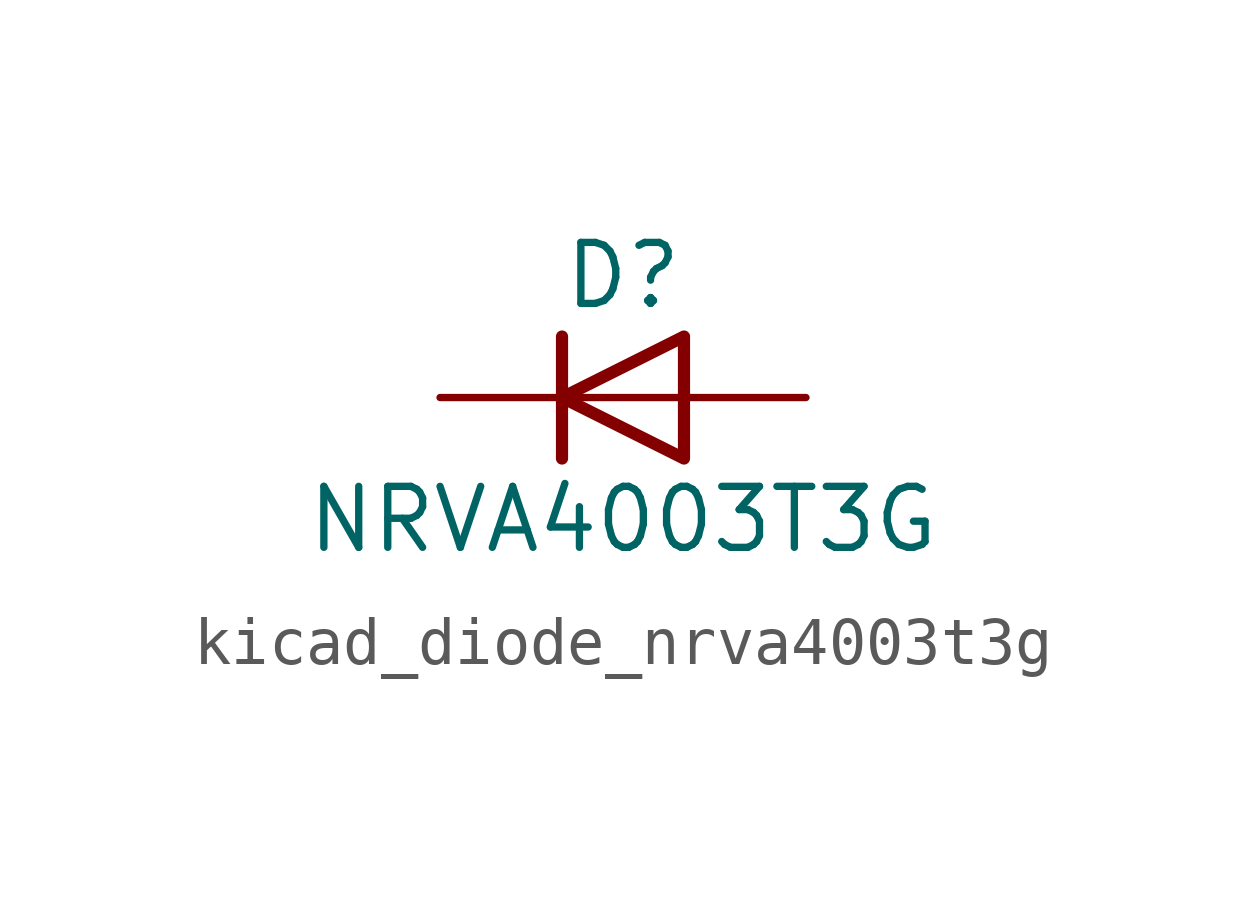
<source format=kicad_sym>
(kicad_symbol_lib
  (version 20220914)
  (generator kicad_symbol_editor)
  (symbol "kicad_diode_nrva4003t3g"
    (pin_numbers hide)
    (pin_names hide)
    (property "Reference" "D"
      (at 0 2.54 0)
      (effects (font (size 1.27 1.27))))
    (property "Value" "NRVA4003T3G"
      (at 0 -2.54 0)
      (effects (font (size 1.27 1.27))))
    (symbol "kicad_diode_nrva4003t3g_0_1"
      (polyline (pts (xy -1.27 1.27) (xy -1.27 -1.27)) (stroke (width 0.254) (type default)) (fill (type none)))
      (polyline (pts (xy 1.27 0) (xy -1.27 0)) (stroke (width 0) (type default)) (fill (type none)))
      (polyline (pts (xy 1.27 1.27) (xy 1.27 -1.27) (xy -1.27 0) (xy 1.27 1.27)) (stroke (width 0.254) (type default)) (fill (type none))))
    (symbol "kicad_diode_nrva4003t3g_1_1"
      (pin passive line (at -3.81 0 0) (length 2.54) (name "K" (effects (font (size 1.27 1.27)))) (number "1" (effects (font (size 1.27 1.27)))))
      (pin passive line (at 3.81 0 180) (length 2.54) (name "A" (effects (font (size 1.27 1.27)))) (number "2" (effects (font (size 1.27 1.27))))))))
</source>
